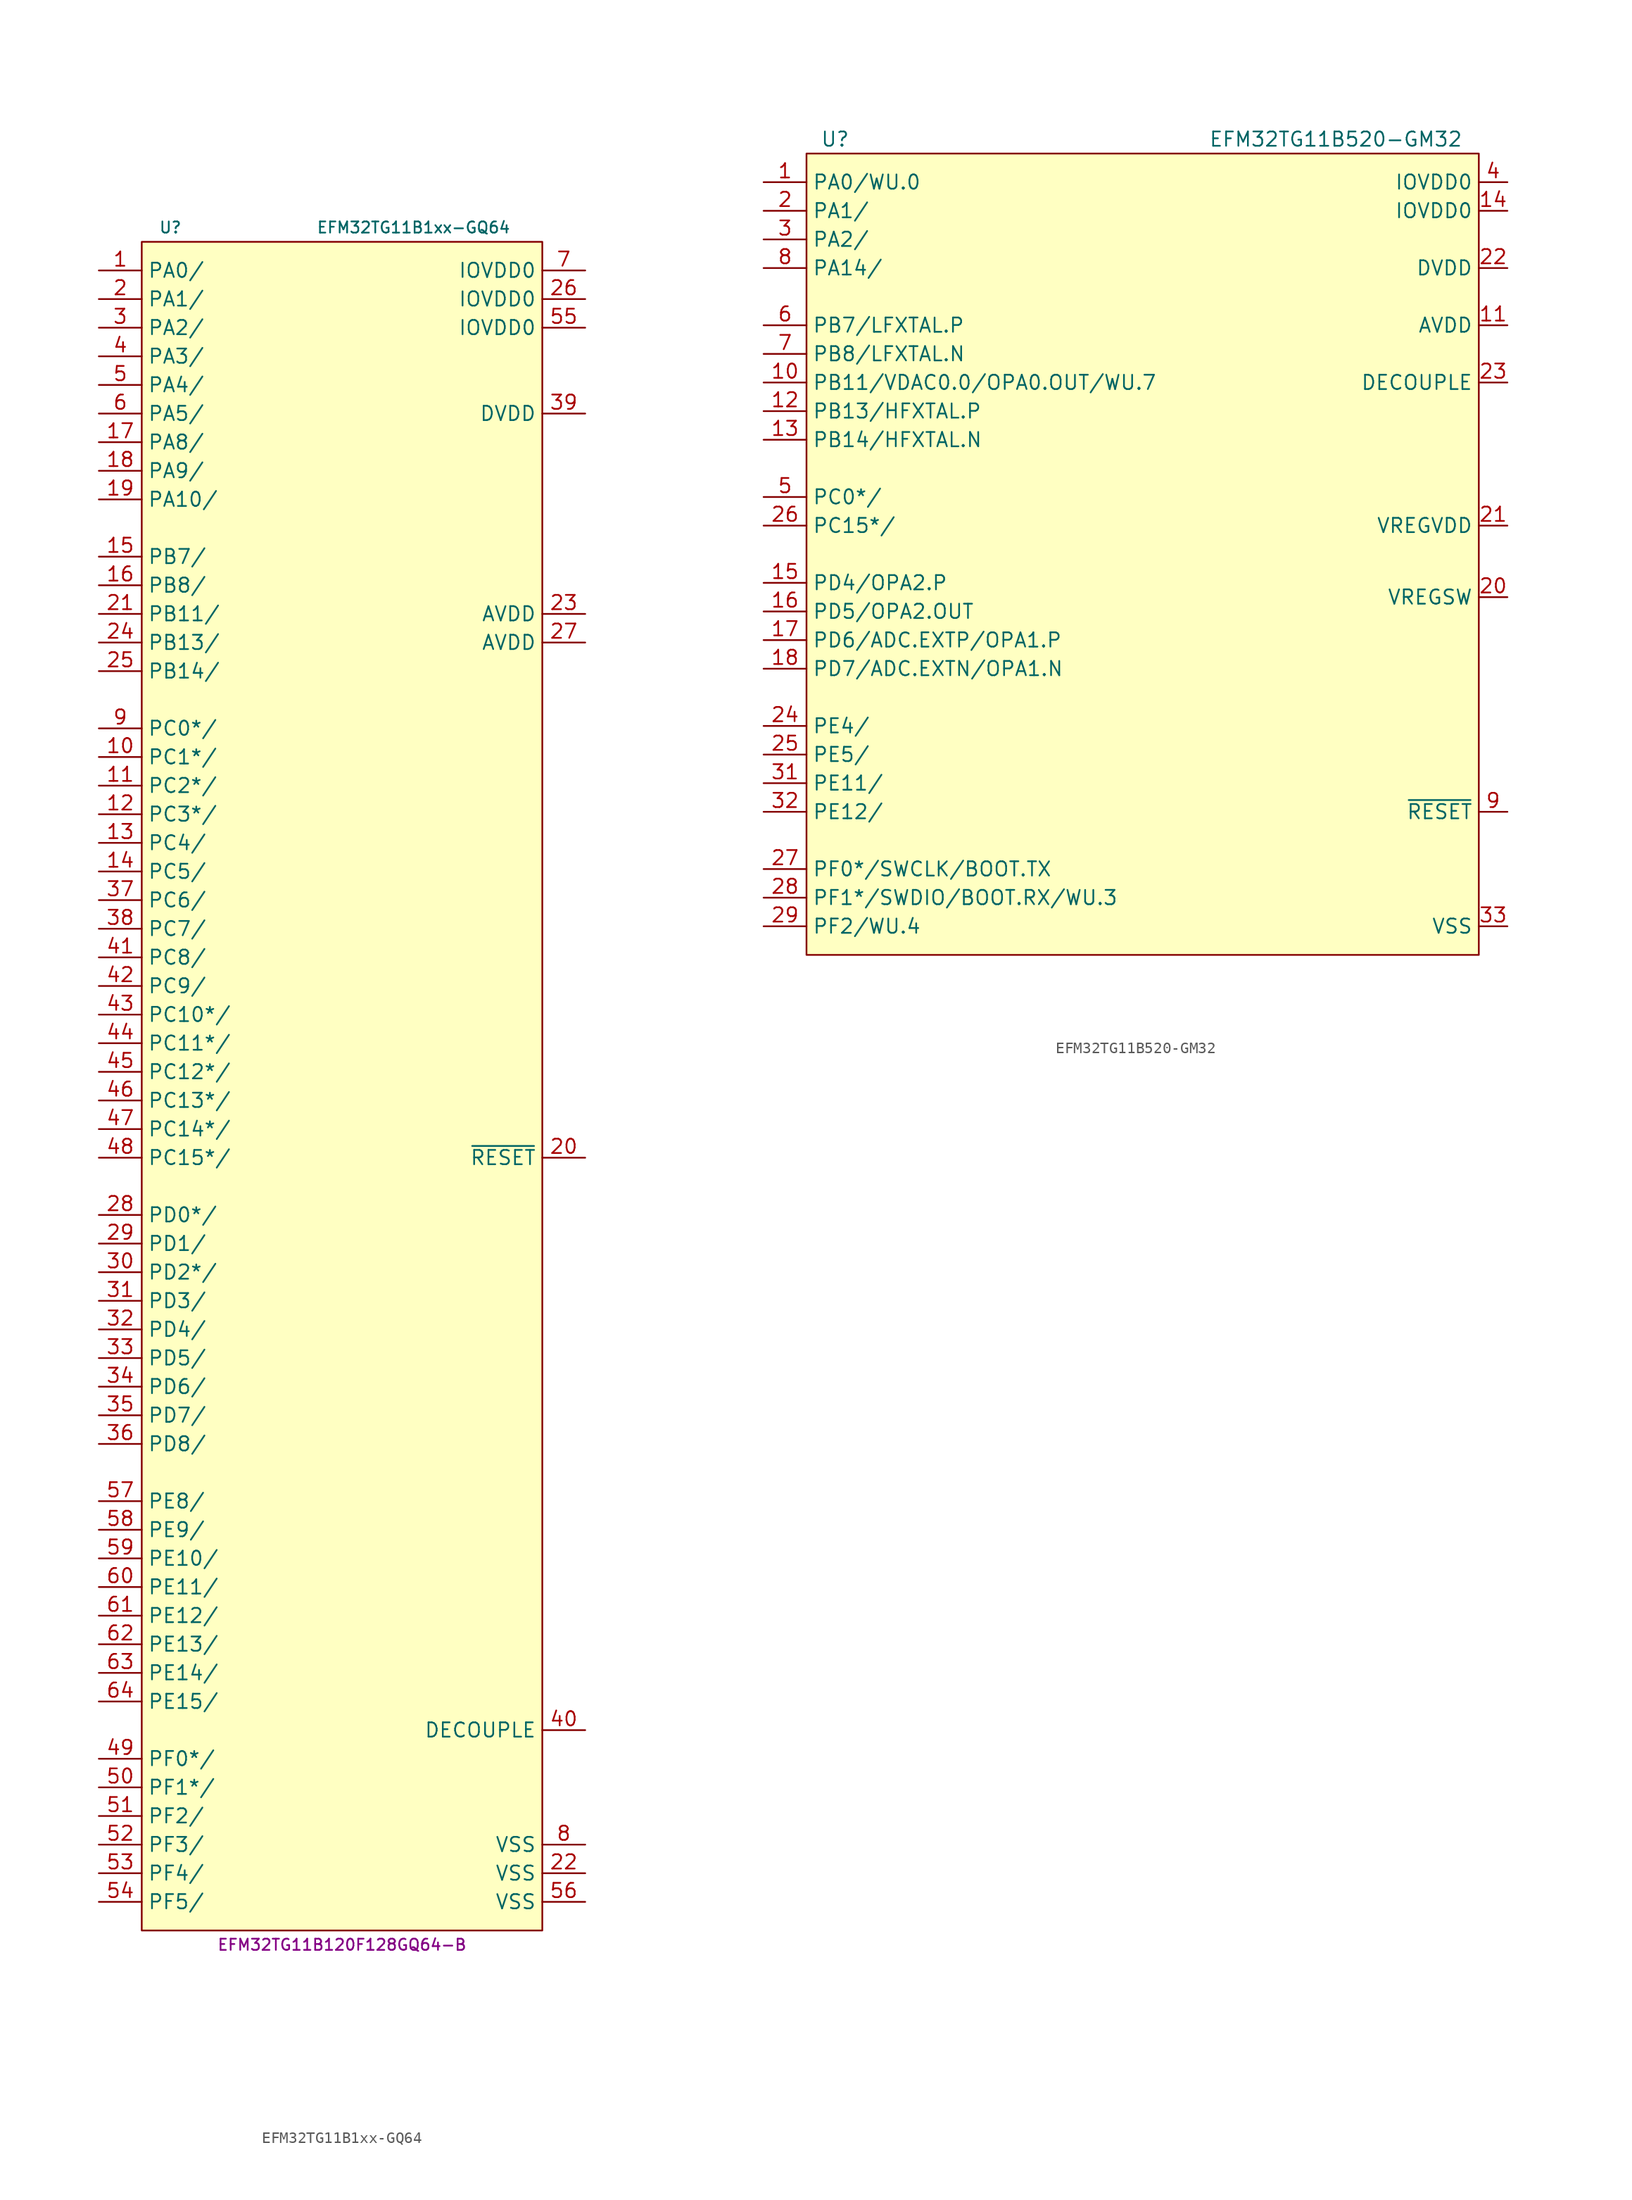
<source format=kicad_sym>
(kicad_symbol_lib
  (version 20231120)
  (generator "kicad_symbol_editor")
  (generator_version "8.0")
  (symbol "EFM32TG11B1xx-GQ64"
    (property "Reference" "U"
      (at -15.24 82.55 0)
      (effects (font (size 0.991 0.991))))
    (property "Value" "EFM32TG11B1xx-GQ64"
      (at 6.35 82.55 0)
      (effects (font (size 0.991 0.991))))
    (property "MPN" "EFM32TG11B120F128GQ64-B"
      (at 0 -69.85 0)
      (effects (font (size 0.991 0.991))))
    (symbol "EFM32TG11B1xx-GQ64_0_1"
      (rectangle (start -17.78 81.28) (end 17.78 -68.58) (stroke (width 0) (type default)) (fill (type background))))
    (symbol "EFM32TG11B1xx-GQ64_1_1"
      (pin bidirectional line (at -21.59 78.74 0) (length 3.81) (name "PA0/" (effects (font (size 1.27 1.27)))) (number "1" (effects (font (size 1.27 1.27)))))
      (pin bidirectional line (at -21.59 35.56 0) (length 3.81) (name "PC1*/" (effects (font (size 1.27 1.27)))) (number "10" (effects (font (size 1.27 1.27)))))
      (pin bidirectional line (at -21.59 33.02 0) (length 3.81) (name "PC2*/" (effects (font (size 1.27 1.27)))) (number "11" (effects (font (size 1.27 1.27)))))
      (pin bidirectional line (at -21.59 30.48 0) (length 3.81) (name "PC3*/" (effects (font (size 1.27 1.27)))) (number "12" (effects (font (size 1.27 1.27)))))
      (pin bidirectional line (at -21.59 27.94 0) (length 3.81) (name "PC4/" (effects (font (size 1.27 1.27)))) (number "13" (effects (font (size 1.27 1.27)))))
      (pin bidirectional line (at -21.59 25.4 0) (length 3.81) (name "PC5/" (effects (font (size 1.27 1.27)))) (number "14" (effects (font (size 1.27 1.27)))))
      (pin bidirectional line (at -21.59 53.34 0) (length 3.81) (name "PB7/" (effects (font (size 1.27 1.27)))) (number "15" (effects (font (size 1.27 1.27)))))
      (pin bidirectional line (at -21.59 50.8 0) (length 3.81) (name "PB8/" (effects (font (size 1.27 1.27)))) (number "16" (effects (font (size 1.27 1.27)))))
      (pin bidirectional line (at -21.59 63.5 0) (length 3.81) (name "PA8/" (effects (font (size 1.27 1.27)))) (number "17" (effects (font (size 1.27 1.27)))))
      (pin bidirectional line (at -21.59 60.96 0) (length 3.81) (name "PA9/" (effects (font (size 1.27 1.27)))) (number "18" (effects (font (size 1.27 1.27)))))
      (pin bidirectional line (at -21.59 58.42 0) (length 3.81) (name "PA10/" (effects (font (size 1.27 1.27)))) (number "19" (effects (font (size 1.27 1.27)))))
      (pin bidirectional line (at -21.59 76.2 0) (length 3.81) (name "PA1/" (effects (font (size 1.27 1.27)))) (number "2" (effects (font (size 1.27 1.27)))))
      (pin input line (at 21.59 0 180) (length 3.81) (name "~{RESET}" (effects (font (size 1.27 1.27)))) (number "20" (effects (font (size 1.27 1.27)))))
      (pin bidirectional line (at -21.59 48.26 0) (length 3.81) (name "PB11/" (effects (font (size 1.27 1.27)))) (number "21" (effects (font (size 1.27 1.27)))))
      (pin power_in line (at 21.59 -63.5 180) (length 3.81) (name "VSS" (effects (font (size 1.27 1.27)))) (number "22" (effects (font (size 1.27 1.27)))))
      (pin power_in line (at 21.59 48.26 180) (length 3.81) (name "AVDD" (effects (font (size 1.27 1.27)))) (number "23" (effects (font (size 1.27 1.27)))))
      (pin bidirectional line (at -21.59 45.72 0) (length 3.81) (name "PB13/" (effects (font (size 1.27 1.27)))) (number "24" (effects (font (size 1.27 1.27)))))
      (pin bidirectional line (at -21.59 43.18 0) (length 3.81) (name "PB14/" (effects (font (size 1.27 1.27)))) (number "25" (effects (font (size 1.27 1.27)))))
      (pin power_in line (at 21.59 76.2 180) (length 3.81) (name "IOVDD0" (effects (font (size 1.27 1.27)))) (number "26" (effects (font (size 1.27 1.27)))))
      (pin power_in line (at 21.59 45.72 180) (length 3.81) (name "AVDD" (effects (font (size 1.27 1.27)))) (number "27" (effects (font (size 1.27 1.27)))))
      (pin bidirectional line (at -21.59 -5.08 0) (length 3.81) (name "PD0*/" (effects (font (size 1.27 1.27)))) (number "28" (effects (font (size 1.27 1.27)))))
      (pin bidirectional line (at -21.59 -7.62 0) (length 3.81) (name "PD1/" (effects (font (size 1.27 1.27)))) (number "29" (effects (font (size 1.27 1.27)))))
      (pin bidirectional line (at -21.59 73.66 0) (length 3.81) (name "PA2/" (effects (font (size 1.27 1.27)))) (number "3" (effects (font (size 1.27 1.27)))))
      (pin bidirectional line (at -21.59 -10.16 0) (length 3.81) (name "PD2*/" (effects (font (size 1.27 1.27)))) (number "30" (effects (font (size 1.27 1.27)))))
      (pin bidirectional line (at -21.59 -12.7 0) (length 3.81) (name "PD3/" (effects (font (size 1.27 1.27)))) (number "31" (effects (font (size 1.27 1.27)))))
      (pin bidirectional line (at -21.59 -15.24 0) (length 3.81) (name "PD4/" (effects (font (size 1.27 1.27)))) (number "32" (effects (font (size 1.27 1.27)))))
      (pin bidirectional line (at -21.59 -17.78 0) (length 3.81) (name "PD5/" (effects (font (size 1.27 1.27)))) (number "33" (effects (font (size 1.27 1.27)))))
      (pin bidirectional line (at -21.59 -20.32 0) (length 3.81) (name "PD6/" (effects (font (size 1.27 1.27)))) (number "34" (effects (font (size 1.27 1.27)))))
      (pin bidirectional line (at -21.59 -22.86 0) (length 3.81) (name "PD7/" (effects (font (size 1.27 1.27)))) (number "35" (effects (font (size 1.27 1.27)))))
      (pin bidirectional line (at -21.59 -25.4 0) (length 3.81) (name "PD8/" (effects (font (size 1.27 1.27)))) (number "36" (effects (font (size 1.27 1.27)))))
      (pin bidirectional line (at -21.59 22.86 0) (length 3.81) (name "PC6/" (effects (font (size 1.27 1.27)))) (number "37" (effects (font (size 1.27 1.27)))))
      (pin bidirectional line (at -21.59 20.32 0) (length 3.81) (name "PC7/" (effects (font (size 1.27 1.27)))) (number "38" (effects (font (size 1.27 1.27)))))
      (pin power_in line (at 21.59 66.04 180) (length 3.81) (name "DVDD" (effects (font (size 1.27 1.27)))) (number "39" (effects (font (size 1.27 1.27)))))
      (pin bidirectional line (at -21.59 71.12 0) (length 3.81) (name "PA3/" (effects (font (size 1.27 1.27)))) (number "4" (effects (font (size 1.27 1.27)))))
      (pin power_in line (at 21.59 -50.8 180) (length 3.81) (name "DECOUPLE" (effects (font (size 1.27 1.27)))) (number "40" (effects (font (size 1.27 1.27)))))
      (pin bidirectional line (at -21.59 17.78 0) (length 3.81) (name "PC8/" (effects (font (size 1.27 1.27)))) (number "41" (effects (font (size 1.27 1.27)))))
      (pin bidirectional line (at -21.59 15.24 0) (length 3.81) (name "PC9/" (effects (font (size 1.27 1.27)))) (number "42" (effects (font (size 1.27 1.27)))))
      (pin bidirectional line (at -21.59 12.7 0) (length 3.81) (name "PC10*/" (effects (font (size 1.27 1.27)))) (number "43" (effects (font (size 1.27 1.27)))))
      (pin bidirectional line (at -21.59 10.16 0) (length 3.81) (name "PC11*/" (effects (font (size 1.27 1.27)))) (number "44" (effects (font (size 1.27 1.27)))))
      (pin bidirectional line (at -21.59 7.62 0) (length 3.81) (name "PC12*/" (effects (font (size 1.27 1.27)))) (number "45" (effects (font (size 1.27 1.27)))))
      (pin bidirectional line (at -21.59 5.08 0) (length 3.81) (name "PC13*/" (effects (font (size 1.27 1.27)))) (number "46" (effects (font (size 1.27 1.27)))))
      (pin bidirectional line (at -21.59 2.54 0) (length 3.81) (name "PC14*/" (effects (font (size 1.27 1.27)))) (number "47" (effects (font (size 1.27 1.27)))))
      (pin bidirectional line (at -21.59 0 0) (length 3.81) (name "PC15*/" (effects (font (size 1.27 1.27)))) (number "48" (effects (font (size 1.27 1.27)))))
      (pin bidirectional line (at -21.59 -53.34 0) (length 3.81) (name "PF0*/" (effects (font (size 1.27 1.27)))) (number "49" (effects (font (size 1.27 1.27)))))
      (pin bidirectional line (at -21.59 68.58 0) (length 3.81) (name "PA4/" (effects (font (size 1.27 1.27)))) (number "5" (effects (font (size 1.27 1.27)))))
      (pin bidirectional line (at -21.59 -55.88 0) (length 3.81) (name "PF1*/" (effects (font (size 1.27 1.27)))) (number "50" (effects (font (size 1.27 1.27)))))
      (pin bidirectional line (at -21.59 -58.42 0) (length 3.81) (name "PF2/" (effects (font (size 1.27 1.27)))) (number "51" (effects (font (size 1.27 1.27)))))
      (pin bidirectional line (at -21.59 -60.96 0) (length 3.81) (name "PF3/" (effects (font (size 1.27 1.27)))) (number "52" (effects (font (size 1.27 1.27)))))
      (pin bidirectional line (at -21.59 -63.5 0) (length 3.81) (name "PF4/" (effects (font (size 1.27 1.27)))) (number "53" (effects (font (size 1.27 1.27)))))
      (pin bidirectional line (at -21.59 -66.04 0) (length 3.81) (name "PF5/" (effects (font (size 1.27 1.27)))) (number "54" (effects (font (size 1.27 1.27)))))
      (pin power_in line (at 21.59 73.66 180) (length 3.81) (name "IOVDD0" (effects (font (size 1.27 1.27)))) (number "55" (effects (font (size 1.27 1.27)))))
      (pin power_in line (at 21.59 -66.04 180) (length 3.81) (name "VSS" (effects (font (size 1.27 1.27)))) (number "56" (effects (font (size 1.27 1.27)))))
      (pin bidirectional line (at -21.59 -30.48 0) (length 3.81) (name "PE8/" (effects (font (size 1.27 1.27)))) (number "57" (effects (font (size 1.27 1.27)))))
      (pin bidirectional line (at -21.59 -33.02 0) (length 3.81) (name "PE9/" (effects (font (size 1.27 1.27)))) (number "58" (effects (font (size 1.27 1.27)))))
      (pin bidirectional line (at -21.59 -35.56 0) (length 3.81) (name "PE10/" (effects (font (size 1.27 1.27)))) (number "59" (effects (font (size 1.27 1.27)))))
      (pin bidirectional line (at -21.59 66.04 0) (length 3.81) (name "PA5/" (effects (font (size 1.27 1.27)))) (number "6" (effects (font (size 1.27 1.27)))))
      (pin bidirectional line (at -21.59 -38.1 0) (length 3.81) (name "PE11/" (effects (font (size 1.27 1.27)))) (number "60" (effects (font (size 1.27 1.27)))))
      (pin bidirectional line (at -21.59 -40.64 0) (length 3.81) (name "PE12/" (effects (font (size 1.27 1.27)))) (number "61" (effects (font (size 1.27 1.27)))))
      (pin bidirectional line (at -21.59 -43.18 0) (length 3.81) (name "PE13/" (effects (font (size 1.27 1.27)))) (number "62" (effects (font (size 1.27 1.27)))))
      (pin bidirectional line (at -21.59 -45.72 0) (length 3.81) (name "PE14/" (effects (font (size 1.27 1.27)))) (number "63" (effects (font (size 1.27 1.27)))))
      (pin bidirectional line (at -21.59 -48.26 0) (length 3.81) (name "PE15/" (effects (font (size 1.27 1.27)))) (number "64" (effects (font (size 1.27 1.27)))))
      (pin power_in line (at 21.59 78.74 180) (length 3.81) (name "IOVDD0" (effects (font (size 1.27 1.27)))) (number "7" (effects (font (size 1.27 1.27)))))
      (pin power_in line (at 21.59 -60.96 180) (length 3.81) (name "VSS" (effects (font (size 1.27 1.27)))) (number "8" (effects (font (size 1.27 1.27)))))
      (pin bidirectional line (at -21.59 38.1 0) (length 3.81) (name "PC0*/" (effects (font (size 1.27 1.27)))) (number "9" (effects (font (size 1.27 1.27)))))))
  (symbol "EFM32TG11B520-GM32"
    (property "Reference" "U"
      (at -29.21 34.29 0)
      (effects (font (size 1.27 1.27))))
    (property "Value" "EFM32TG11B520-GM32"
      (at 15.24 34.29 0)
      (effects (font (size 1.27 1.27))))
    (symbol "EFM32TG11B520-GM32_0_1"
      (rectangle (start -31.75 33.02) (end 27.94 -38.1) (stroke (width 0) (type default)) (fill (type background))))
    (symbol "EFM32TG11B520-GM32_1_1"
      (pin bidirectional line (at -35.56 30.48 0) (length 3.81) (name "PA0/WU.0" (effects (font (size 1.27 1.27)))) (number "1" (effects (font (size 1.27 1.27)))))
      (pin bidirectional line (at -35.56 12.7 0) (length 3.81) (name "PB11/VDAC0.0/OPA0.OUT/WU.7" (effects (font (size 1.27 1.27)))) (number "10" (effects (font (size 1.27 1.27)))))
      (pin power_in line (at 30.48 17.78 180) (length 2.54) (name "AVDD" (effects (font (size 1.27 1.27)))) (number "11" (effects (font (size 1.27 1.27)))))
      (pin bidirectional line (at -35.56 10.16 0) (length 3.81) (name "PB13/HFXTAL.P" (effects (font (size 1.27 1.27)))) (number "12" (effects (font (size 1.27 1.27)))))
      (pin bidirectional line (at -35.56 7.62 0) (length 3.81) (name "PB14/HFXTAL.N" (effects (font (size 1.27 1.27)))) (number "13" (effects (font (size 1.27 1.27)))))
      (pin power_in line (at 30.48 27.94 180) (length 2.54) (name "IOVDD0" (effects (font (size 1.27 1.27)))) (number "14" (effects (font (size 1.27 1.27)))))
      (pin bidirectional line (at -35.56 -5.08 0) (length 3.81) (name "PD4/OPA2.P" (effects (font (size 1.27 1.27)))) (number "15" (effects (font (size 1.27 1.27)))))
      (pin bidirectional line (at -35.56 -7.62 0) (length 3.81) (name "PD5/OPA2.OUT" (effects (font (size 1.27 1.27)))) (number "16" (effects (font (size 1.27 1.27)))))
      (pin bidirectional line (at -35.56 -10.16 0) (length 3.81) (name "PD6/ADC.EXTP/OPA1.P" (effects (font (size 1.27 1.27)))) (number "17" (effects (font (size 1.27 1.27)))))
      (pin bidirectional line (at -35.56 -12.7 0) (length 3.81) (name "PD7/ADC.EXTN/OPA1.N" (effects (font (size 1.27 1.27)))) (number "18" (effects (font (size 1.27 1.27)))))
      (pin bidirectional line (at -35.56 27.94 0) (length 3.81) (name "PA1/" (effects (font (size 1.27 1.27)))) (number "2" (effects (font (size 1.27 1.27)))))
      (pin power_out line (at 30.48 -6.35 180) (length 2.54) (name "VREGSW" (effects (font (size 1.27 1.27)))) (number "20" (effects (font (size 1.27 1.27)))))
      (pin power_in line (at 30.48 0 180) (length 2.54) (name "VREGVDD" (effects (font (size 1.27 1.27)))) (number "21" (effects (font (size 1.27 1.27)))))
      (pin power_in line (at 30.48 22.86 180) (length 2.54) (name "DVDD" (effects (font (size 1.27 1.27)))) (number "22" (effects (font (size 1.27 1.27)))))
      (pin power_out line (at 30.48 12.7 180) (length 2.54) (name "DECOUPLE" (effects (font (size 1.27 1.27)))) (number "23" (effects (font (size 1.27 1.27)))))
      (pin bidirectional line (at -35.56 -17.78 0) (length 3.81) (name "PE4/" (effects (font (size 1.27 1.27)))) (number "24" (effects (font (size 1.27 1.27)))))
      (pin bidirectional line (at -35.56 -20.32 0) (length 3.81) (name "PE5/" (effects (font (size 1.27 1.27)))) (number "25" (effects (font (size 1.27 1.27)))))
      (pin bidirectional line (at -35.56 0 0) (length 3.81) (name "PC15*/" (effects (font (size 1.27 1.27)))) (number "26" (effects (font (size 1.27 1.27)))))
      (pin bidirectional line (at -35.56 -30.48 0) (length 3.81) (name "PF0*/SWCLK/BOOT.TX" (effects (font (size 1.27 1.27)))) (number "27" (effects (font (size 1.27 1.27)))))
      (pin bidirectional line (at -35.56 -33.02 0) (length 3.81) (name "PF1*/SWDIO/BOOT.RX/WU.3" (effects (font (size 1.27 1.27)))) (number "28" (effects (font (size 1.27 1.27)))))
      (pin bidirectional line (at -35.56 -35.56 0) (length 3.81) (name "PF2/WU.4" (effects (font (size 1.27 1.27)))) (number "29" (effects (font (size 1.27 1.27)))))
      (pin bidirectional line (at -35.56 25.4 0) (length 3.81) (name "PA2/" (effects (font (size 1.27 1.27)))) (number "3" (effects (font (size 1.27 1.27)))))
      (pin bidirectional line (at -35.56 -22.86 0) (length 3.81) (name "PE11/" (effects (font (size 1.27 1.27)))) (number "31" (effects (font (size 1.27 1.27)))))
      (pin bidirectional line (at -35.56 -25.4 0) (length 3.81) (name "PE12/" (effects (font (size 1.27 1.27)))) (number "32" (effects (font (size 1.27 1.27)))))
      (pin power_in line (at 30.48 -35.56 180) (length 2.54) (name "VSS" (effects (font (size 1.27 1.27)))) (number "33" (effects (font (size 1.27 1.27)))))
      (pin power_in line (at 30.48 30.48 180) (length 2.54) (name "IOVDD0" (effects (font (size 1.27 1.27)))) (number "4" (effects (font (size 1.27 1.27)))))
      (pin bidirectional line (at -35.56 2.54 0) (length 3.81) (name "PC0*/" (effects (font (size 1.27 1.27)))) (number "5" (effects (font (size 1.27 1.27)))))
      (pin bidirectional line (at -35.56 17.78 0) (length 3.81) (name "PB7/LFXTAL.P" (effects (font (size 1.27 1.27)))) (number "6" (effects (font (size 1.27 1.27)))))
      (pin bidirectional line (at -35.56 15.24 0) (length 3.81) (name "PB8/LFXTAL.N" (effects (font (size 1.27 1.27)))) (number "7" (effects (font (size 1.27 1.27)))))
      (pin bidirectional line (at -35.56 22.86 0) (length 3.81) (name "PA14/" (effects (font (size 1.27 1.27)))) (number "8" (effects (font (size 1.27 1.27)))))
      (pin input line (at 30.48 -25.4 180) (length 2.54) (name "~{RESET}" (effects (font (size 1.27 1.27)))) (number "9" (effects (font (size 1.27 1.27))))))))
</source>
